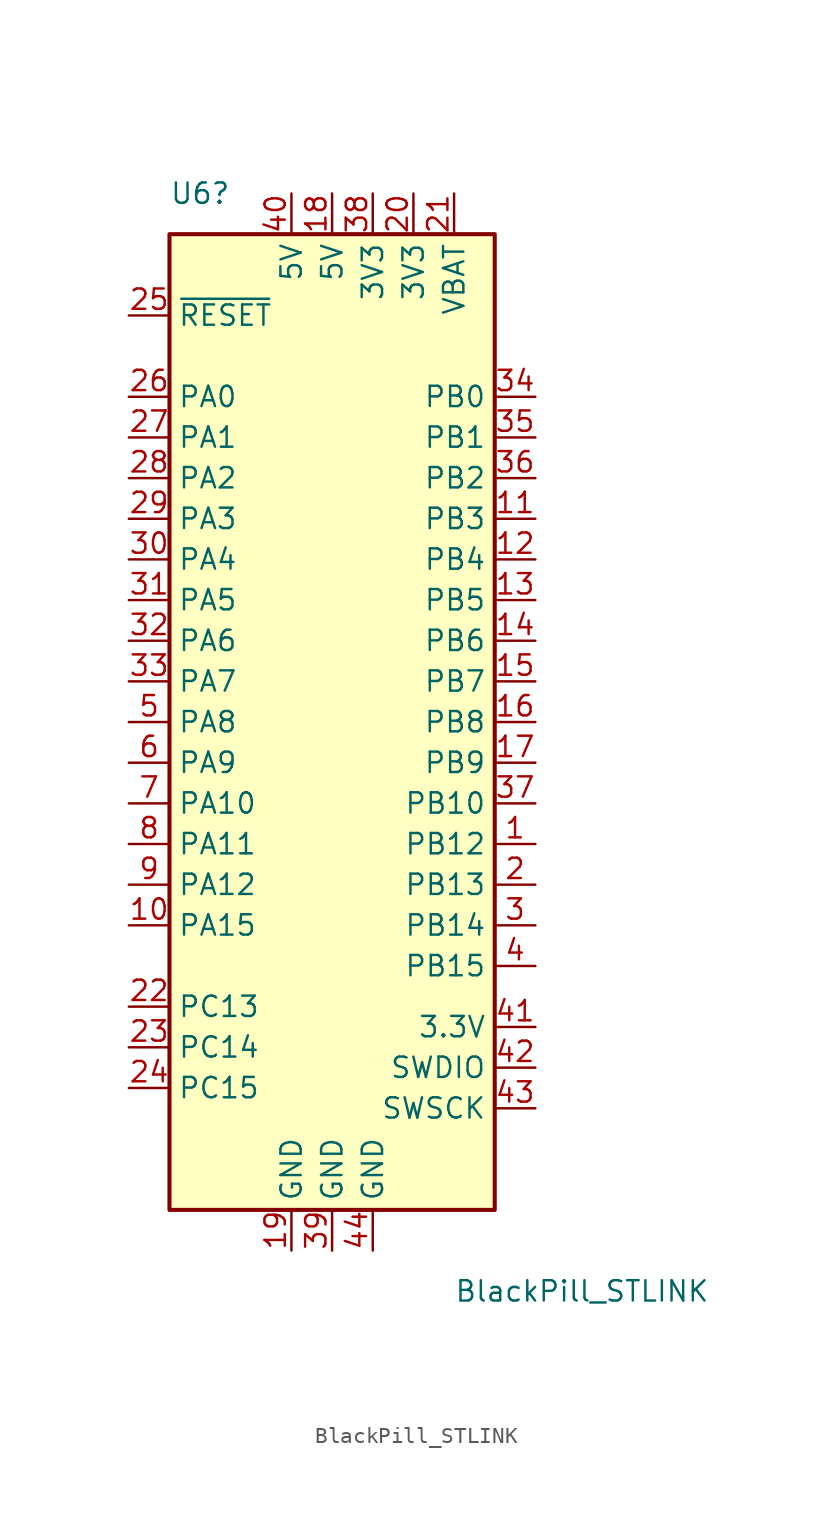
<source format=kicad_sym>
(kicad_symbol_lib
  (version 20220914)
  (generator kicad_symbol_editor)
  (symbol "BlackPill_STLINK"
    (property "Reference" "U6"
      (at -10.16 33.02 0)
      (effects (font (size 1.27 1.27)) (justify left)))
    (property "Value" "BlackPill_STLINK"
      (at 7.62 -35.56 0)
      (effects (font (size 1.27 1.27)) (justify left)))
    (symbol "BlackPill_STLINK_0_1"
      (rectangle (start -10.16 30.48) (end 10.16 -30.48) (stroke (width 0.254) (type default)) (fill (type background))))
    (symbol "BlackPill_STLINK_1_1"
      (pin bidirectional line (at 12.7 -7.62 180) (length 2.54) (name "PB12" (effects (font (size 1.27 1.27)))) (number "1" (effects (font (size 1.27 1.27)))))
      (pin bidirectional line (at -12.7 -12.7 0) (length 2.54) (name "PA15" (effects (font (size 1.27 1.27)))) (number "10" (effects (font (size 1.27 1.27)))))
      (pin bidirectional line (at 12.7 12.7 180) (length 2.54) (name "PB3" (effects (font (size 1.27 1.27)))) (number "11" (effects (font (size 1.27 1.27)))))
      (pin bidirectional line (at 12.7 10.16 180) (length 2.54) (name "PB4" (effects (font (size 1.27 1.27)))) (number "12" (effects (font (size 1.27 1.27)))))
      (pin bidirectional line (at 12.7 7.62 180) (length 2.54) (name "PB5" (effects (font (size 1.27 1.27)))) (number "13" (effects (font (size 1.27 1.27)))))
      (pin bidirectional line (at 12.7 5.08 180) (length 2.54) (name "PB6" (effects (font (size 1.27 1.27)))) (number "14" (effects (font (size 1.27 1.27)))))
      (pin bidirectional line (at 12.7 2.54 180) (length 2.54) (name "PB7" (effects (font (size 1.27 1.27)))) (number "15" (effects (font (size 1.27 1.27)))))
      (pin bidirectional line (at 12.7 0 180) (length 2.54) (name "PB8" (effects (font (size 1.27 1.27)))) (number "16" (effects (font (size 1.27 1.27)))))
      (pin bidirectional line (at 12.7 -2.54 180) (length 2.54) (name "PB9" (effects (font (size 1.27 1.27)))) (number "17" (effects (font (size 1.27 1.27)))))
      (pin power_in line (at 0 33.02 270) (length 2.54) (name "5V" (effects (font (size 1.27 1.27)))) (number "18" (effects (font (size 1.27 1.27)))))
      (pin power_in line (at -2.54 -33.02 90) (length 2.54) (name "GND" (effects (font (size 1.27 1.27)))) (number "19" (effects (font (size 1.27 1.27)))))
      (pin bidirectional line (at 12.7 -10.16 180) (length 2.54) (name "PB13" (effects (font (size 1.27 1.27)))) (number "2" (effects (font (size 1.27 1.27)))))
      (pin power_out line (at 5.08 33.02 270) (length 2.54) (name "3V3" (effects (font (size 1.27 1.27)))) (number "20" (effects (font (size 1.27 1.27)))))
      (pin power_in line (at 7.62 33.02 270) (length 2.54) (name "VBAT" (effects (font (size 1.27 1.27)))) (number "21" (effects (font (size 1.27 1.27)))))
      (pin bidirectional line (at -12.7 -17.78 0) (length 2.54) (name "PC13" (effects (font (size 1.27 1.27)))) (number "22" (effects (font (size 1.27 1.27)))))
      (pin bidirectional line (at -12.7 -20.32 0) (length 2.54) (name "PC14" (effects (font (size 1.27 1.27)))) (number "23" (effects (font (size 1.27 1.27)))))
      (pin bidirectional line (at -12.7 -22.86 0) (length 2.54) (name "PC15" (effects (font (size 1.27 1.27)))) (number "24" (effects (font (size 1.27 1.27)))))
      (pin input line (at -12.7 25.4 0) (length 2.54) (name "~{RESET}" (effects (font (size 1.27 1.27)))) (number "25" (effects (font (size 1.27 1.27)))))
      (pin bidirectional line (at -12.7 20.32 0) (length 2.54) (name "PA0" (effects (font (size 1.27 1.27)))) (number "26" (effects (font (size 1.27 1.27)))))
      (pin bidirectional line (at -12.7 17.78 0) (length 2.54) (name "PA1" (effects (font (size 1.27 1.27)))) (number "27" (effects (font (size 1.27 1.27)))))
      (pin bidirectional line (at -12.7 15.24 0) (length 2.54) (name "PA2" (effects (font (size 1.27 1.27)))) (number "28" (effects (font (size 1.27 1.27)))))
      (pin bidirectional line (at -12.7 12.7 0) (length 2.54) (name "PA3" (effects (font (size 1.27 1.27)))) (number "29" (effects (font (size 1.27 1.27)))))
      (pin bidirectional line (at 12.7 -12.7 180) (length 2.54) (name "PB14" (effects (font (size 1.27 1.27)))) (number "3" (effects (font (size 1.27 1.27)))))
      (pin bidirectional line (at -12.7 10.16 0) (length 2.54) (name "PA4" (effects (font (size 1.27 1.27)))) (number "30" (effects (font (size 1.27 1.27)))))
      (pin bidirectional line (at -12.7 7.62 0) (length 2.54) (name "PA5" (effects (font (size 1.27 1.27)))) (number "31" (effects (font (size 1.27 1.27)))))
      (pin bidirectional line (at -12.7 5.08 0) (length 2.54) (name "PA6" (effects (font (size 1.27 1.27)))) (number "32" (effects (font (size 1.27 1.27)))))
      (pin bidirectional line (at -12.7 2.54 0) (length 2.54) (name "PA7" (effects (font (size 1.27 1.27)))) (number "33" (effects (font (size 1.27 1.27)))))
      (pin bidirectional line (at 12.7 20.32 180) (length 2.54) (name "PB0" (effects (font (size 1.27 1.27)))) (number "34" (effects (font (size 1.27 1.27)))))
      (pin bidirectional line (at 12.7 17.78 180) (length 2.54) (name "PB1" (effects (font (size 1.27 1.27)))) (number "35" (effects (font (size 1.27 1.27)))))
      (pin bidirectional line (at 12.7 15.24 180) (length 2.54) (name "PB2" (effects (font (size 1.27 1.27)))) (number "36" (effects (font (size 1.27 1.27)))))
      (pin bidirectional line (at 12.7 -5.08 180) (length 2.54) (name "PB10" (effects (font (size 1.27 1.27)))) (number "37" (effects (font (size 1.27 1.27)))))
      (pin power_out line (at 2.54 33.02 270) (length 2.54) (name "3V3" (effects (font (size 1.27 1.27)))) (number "38" (effects (font (size 1.27 1.27)))))
      (pin power_in line (at 0 -33.02 90) (length 2.54) (name "GND" (effects (font (size 1.27 1.27)))) (number "39" (effects (font (size 1.27 1.27)))))
      (pin bidirectional line (at 12.7 -15.24 180) (length 2.54) (name "PB15" (effects (font (size 1.27 1.27)))) (number "4" (effects (font (size 1.27 1.27)))))
      (pin passive line (at -2.54 33.02 270) (length 2.54) (name "5V" (effects (font (size 1.27 1.27)))) (number "40" (effects (font (size 1.27 1.27)))))
      (pin power_out line (at 12.7 -19.05 180) (length 2.54) (name "3.3V" (effects (font (size 1.27 1.27)))) (number "41" (effects (font (size 1.27 1.27)))))
      (pin bidirectional line (at 12.7 -21.59 180) (length 2.54) (name "SWDIO" (effects (font (size 1.27 1.27)))) (number "42" (effects (font (size 1.27 1.27)))))
      (pin bidirectional line (at 12.7 -24.13 180) (length 2.54) (name "SWSCK" (effects (font (size 1.27 1.27)))) (number "43" (effects (font (size 1.27 1.27)))))
      (pin power_in line (at 2.54 -33.02 90) (length 2.54) (name "GND" (effects (font (size 1.27 1.27)))) (number "44" (effects (font (size 1.27 1.27)))))
      (pin bidirectional line (at -12.7 0 0) (length 2.54) (name "PA8" (effects (font (size 1.27 1.27)))) (number "5" (effects (font (size 1.27 1.27)))))
      (pin bidirectional line (at -12.7 -2.54 0) (length 2.54) (name "PA9" (effects (font (size 1.27 1.27)))) (number "6" (effects (font (size 1.27 1.27)))))
      (pin bidirectional line (at -12.7 -5.08 0) (length 2.54) (name "PA10" (effects (font (size 1.27 1.27)))) (number "7" (effects (font (size 1.27 1.27)))))
      (pin bidirectional line (at -12.7 -7.62 0) (length 2.54) (name "PA11" (effects (font (size 1.27 1.27)))) (number "8" (effects (font (size 1.27 1.27)))))
      (pin bidirectional line (at -12.7 -10.16 0) (length 2.54) (name "PA12" (effects (font (size 1.27 1.27)))) (number "9" (effects (font (size 1.27 1.27))))))))
</source>
